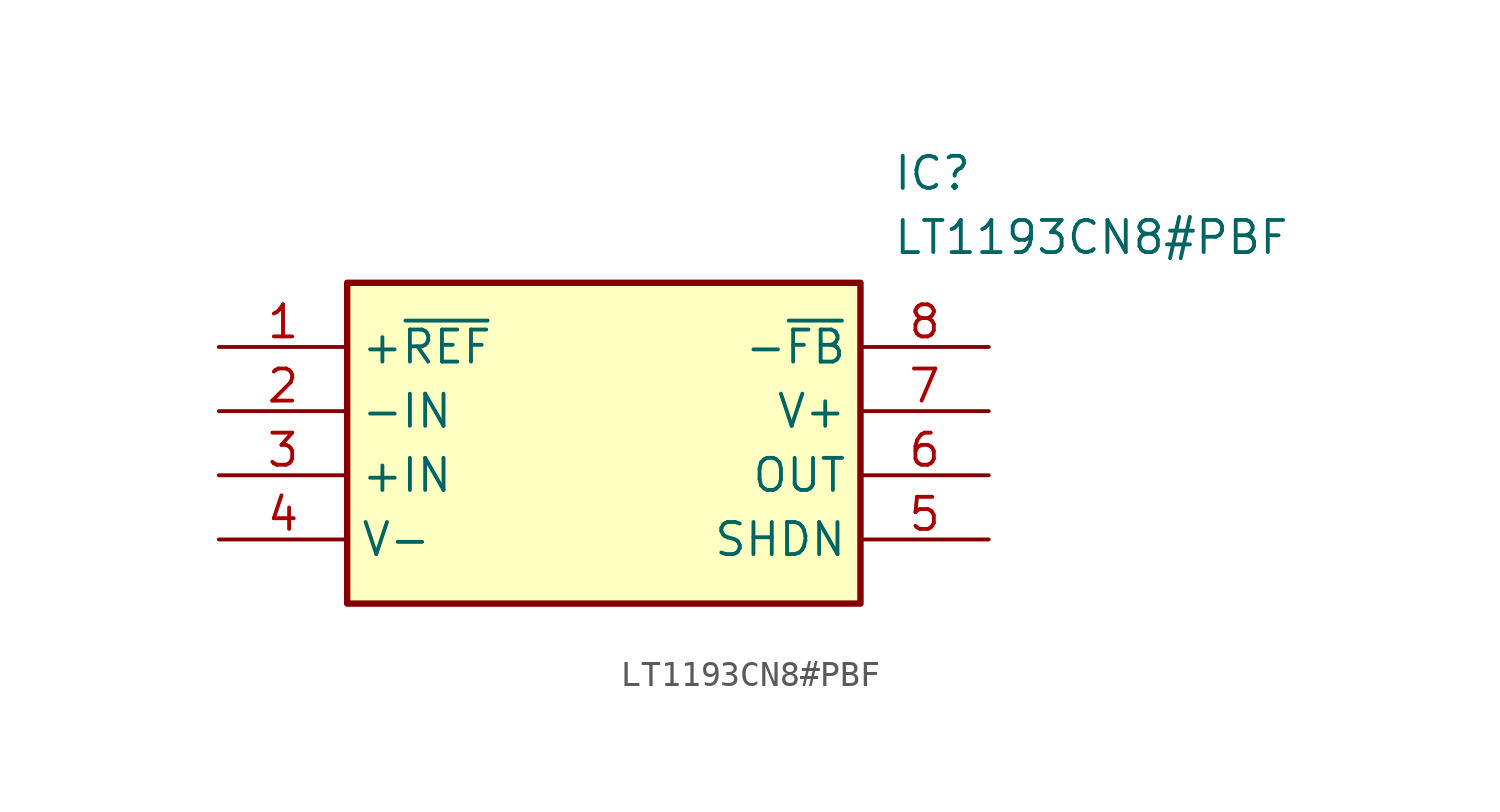
<source format=kicad_sym>
(kicad_symbol_lib
  (version 20211014)
  (generator SamacSys_ECAD_Model)
  (symbol "LT1193CN8#PBF"
    (property "Reference" "IC"
      (at 26.67 7.62 0)
      (effects (font (size 1.27 1.27)) (justify left top)))
    (property "Value" "LT1193CN8#PBF"
      (at 26.67 5.08 0)
      (effects (font (size 1.27 1.27)) (justify left top)))
    (rectangle
      (start 5.08 2.54)
      (end 25.4 -10.16)
      (stroke (width 0.254) (type default))
      (fill (type background)))
    (pin passive line
      (at 0 0 0)
      (length 5.08)
      (name "+~{REF}" (effects (font (size 1.27 1.27))))
      (number "1" (effects (font (size 1.27 1.27)))))
    (pin passive line
      (at 0 -2.54 0)
      (length 5.08)
      (name "-IN" (effects (font (size 1.27 1.27))))
      (number "2" (effects (font (size 1.27 1.27)))))
    (pin passive line
      (at 0 -5.08 0)
      (length 5.08)
      (name "+IN" (effects (font (size 1.27 1.27))))
      (number "3" (effects (font (size 1.27 1.27)))))
    (pin passive line
      (at 0 -7.62 0)
      (length 5.08)
      (name "V-" (effects (font (size 1.27 1.27))))
      (number "4" (effects (font (size 1.27 1.27)))))
    (pin passive line
      (at 30.48 0 180)
      (length 5.08)
      (name "-~{FB}" (effects (font (size 1.27 1.27))))
      (number "8" (effects (font (size 1.27 1.27)))))
    (pin passive line
      (at 30.48 -2.54 180)
      (length 5.08)
      (name "V+" (effects (font (size 1.27 1.27))))
      (number "7" (effects (font (size 1.27 1.27)))))
    (pin passive line
      (at 30.48 -5.08 180)
      (length 5.08)
      (name "OUT" (effects (font (size 1.27 1.27))))
      (number "6" (effects (font (size 1.27 1.27)))))
    (pin passive line
      (at 30.48 -7.62 180)
      (length 5.08)
      (name "SHDN" (effects (font (size 1.27 1.27))))
      (number "5" (effects (font (size 1.27 1.27)))))))
</source>
